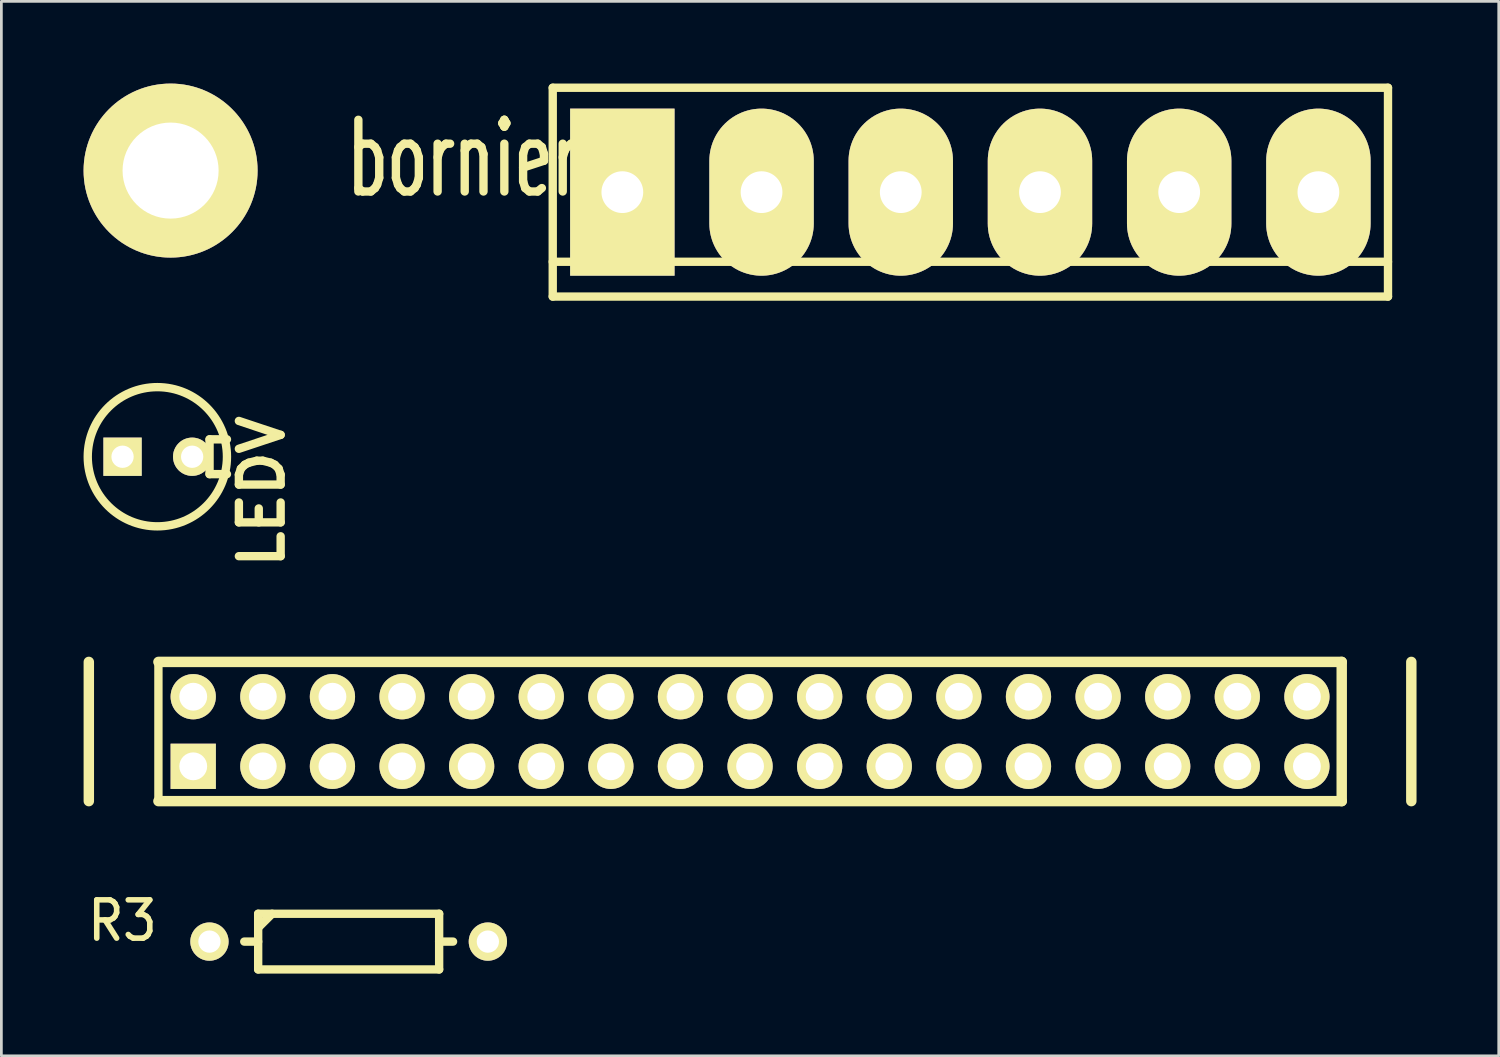
<source format=kicad_pcb>
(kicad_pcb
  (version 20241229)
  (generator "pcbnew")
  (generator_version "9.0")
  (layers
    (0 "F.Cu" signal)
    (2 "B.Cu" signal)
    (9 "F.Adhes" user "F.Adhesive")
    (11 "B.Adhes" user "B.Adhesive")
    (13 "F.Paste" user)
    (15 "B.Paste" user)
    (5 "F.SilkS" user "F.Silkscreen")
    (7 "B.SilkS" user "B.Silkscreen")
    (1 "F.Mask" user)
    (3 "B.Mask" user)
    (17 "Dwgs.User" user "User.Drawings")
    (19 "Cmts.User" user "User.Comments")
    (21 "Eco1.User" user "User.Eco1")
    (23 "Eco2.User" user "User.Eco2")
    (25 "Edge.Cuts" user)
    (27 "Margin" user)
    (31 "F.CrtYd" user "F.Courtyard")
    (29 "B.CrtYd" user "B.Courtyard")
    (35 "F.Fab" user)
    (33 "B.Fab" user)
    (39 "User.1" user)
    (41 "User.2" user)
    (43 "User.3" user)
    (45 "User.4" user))
  (footprint "LEDV"
    (layer "F.Cu")
    (at 2.692 13.617)
    (property "Reference" "LEDV" (at 3.81 1.27 270) (layer "F.SilkS") (effects (font (size 1.524 1.524) (thickness 0.305))))
    (fp_line (start 1.905 -0.635) (end 1.905 0.635) (stroke (width 0.305) (type solid)) (layer "F.SilkS"))
    (fp_line (start 1.905 0.635) (end 2.54 0.635) (stroke (width 0.305) (type solid)) (layer "F.SilkS"))
    (fp_line (start 2.54 -0.635) (end 1.905 -0.635) (stroke (width 0.305) (type solid)) (layer "F.SilkS"))
    (fp_circle (center 0 0) (end -2.54 0) (stroke (width 0.305) (type solid)) (fill no) (layer "F.SilkS"))
    (pad "1" thru_hole rect (at -1.27 0) (size 1.397 1.397) (drill 0.813) (layers "*.Cu" "*.Mask" "F.SilkS"))
    (pad "2" thru_hole circle (at 1.27 0) (size 1.397 1.397) (drill 0.813) (layers "*.Cu" "*.Mask" "F.SilkS")))
  (footprint "PIN_ARRAY_2X2"
    (layer "F.Cu")
    (at 5.271 23.644)
    (property "Reference" "PIN_ARRAY_2X2" (at 0 2.54 0) (layer "F.SilkS") (effects (font (size 0.127 0.127) (thickness 0.025))))
    (fp_line (start -5.08 -2.54) (end -5.08 2.54) (stroke (width 0.381) (type solid)) (layer "F.SilkS"))
    (fp_line (start -2.54 -2.54) (end 40.64 -2.54) (stroke (width 0.381) (type solid)) (layer "F.SilkS"))
    (fp_line (start -2.54 2.54) (end -2.54 -2.54) (stroke (width 0.305) (type solid)) (layer "F.SilkS"))
    (fp_line (start 40.64 -2.54) (end 40.64 2.54) (stroke (width 0.381) (type solid)) (layer "F.SilkS"))
    (fp_line (start 40.64 2.54) (end -2.54 2.54) (stroke (width 0.381) (type solid)) (layer "F.SilkS"))
    (fp_line (start 43.18 -2.54) (end 43.18 2.54) (stroke (width 0.381) (type solid)) (layer "F.SilkS"))
    (pad "1" thru_hole rect (at -1.27 1.27) (size 1.651 1.651) (drill 1.016) (layers "*.Cu" "*.Mask" "F.SilkS"))
    (pad "2" thru_hole circle (at -1.27 -1.27) (size 1.651 1.651) (drill 1.016) (layers "*.Cu" "*.Mask" "F.SilkS"))
    (pad "3" thru_hole circle (at 1.27 1.27) (size 1.651 1.651) (drill 1.016) (layers "*.Cu" "*.Mask" "F.SilkS"))
    (pad "3" thru_hole circle (at 6.35 1.27) (size 1.651 1.651) (drill 1.016) (layers "*.Cu" "*.Mask" "F.SilkS"))
    (pad "3" thru_hole circle (at 8.89 1.27) (size 1.651 1.651) (drill 1.016) (layers "*.Cu" "*.Mask" "F.SilkS"))
    (pad "3" thru_hole circle (at 11.43 1.27) (size 1.651 1.651) (drill 1.016) (layers "*.Cu" "*.Mask" "F.SilkS"))
    (pad "3" thru_hole circle (at 13.97 1.27) (size 1.651 1.651) (drill 1.016) (layers "*.Cu" "*.Mask" "F.SilkS"))
    (pad "3" thru_hole circle (at 16.51 1.27) (size 1.651 1.651) (drill 1.016) (layers "*.Cu" "*.Mask" "F.SilkS"))
    (pad "3" thru_hole circle (at 19.05 1.27) (size 1.651 1.651) (drill 1.016) (layers "*.Cu" "*.Mask" "F.SilkS"))
    (pad "3" thru_hole circle (at 21.59 1.27) (size 1.651 1.651) (drill 1.016) (layers "*.Cu" "*.Mask" "F.SilkS"))
    (pad "3" thru_hole circle (at 24.13 1.27) (size 1.651 1.651) (drill 1.016) (layers "*.Cu" "*.Mask" "F.SilkS"))
    (pad "3" thru_hole circle (at 26.67 1.27) (size 1.651 1.651) (drill 1.016) (layers "*.Cu" "*.Mask" "F.SilkS"))
    (pad "3" thru_hole circle (at 29.21 1.27) (size 1.651 1.651) (drill 1.016) (layers "*.Cu" "*.Mask" "F.SilkS"))
    (pad "3" thru_hole circle (at 31.75 1.27) (size 1.651 1.651) (drill 1.016) (layers "*.Cu" "*.Mask" "F.SilkS"))
    (pad "3" thru_hole circle (at 34.29 1.27) (size 1.651 1.651) (drill 1.016) (layers "*.Cu" "*.Mask" "F.SilkS"))
    (pad "3" thru_hole circle (at 36.83 1.27) (size 1.651 1.651) (drill 1.016) (layers "*.Cu" "*.Mask" "F.SilkS"))
    (pad "3" thru_hole circle (at 39.37 1.27) (size 1.651 1.651) (drill 1.016) (layers "*.Cu" "*.Mask" "F.SilkS"))
    (pad "4" thru_hole circle (at 1.27 -1.27) (size 1.651 1.651) (drill 1.016) (layers "*.Cu" "*.Mask" "F.SilkS"))
    (pad "4" thru_hole circle (at 6.35 -1.27) (size 1.651 1.651) (drill 1.016) (layers "*.Cu" "*.Mask" "F.SilkS"))
    (pad "4" thru_hole circle (at 8.89 -1.27) (size 1.651 1.651) (drill 1.016) (layers "*.Cu" "*.Mask" "F.SilkS"))
    (pad "4" thru_hole circle (at 11.43 -1.27) (size 1.651 1.651) (drill 1.016) (layers "*.Cu" "*.Mask" "F.SilkS"))
    (pad "4" thru_hole circle (at 13.97 -1.27) (size 1.651 1.651) (drill 1.016) (layers "*.Cu" "*.Mask" "F.SilkS"))
    (pad "4" thru_hole circle (at 16.51 -1.27) (size 1.651 1.651) (drill 1.016) (layers "*.Cu" "*.Mask" "F.SilkS"))
    (pad "4" thru_hole circle (at 19.05 -1.27) (size 1.651 1.651) (drill 1.016) (layers "*.Cu" "*.Mask" "F.SilkS"))
    (pad "4" thru_hole circle (at 21.59 -1.27) (size 1.651 1.651) (drill 1.016) (layers "*.Cu" "*.Mask" "F.SilkS"))
    (pad "4" thru_hole circle (at 24.13 -1.27) (size 1.651 1.651) (drill 1.016) (layers "*.Cu" "*.Mask" "F.SilkS"))
    (pad "4" thru_hole circle (at 26.67 -1.27) (size 1.651 1.651) (drill 1.016) (layers "*.Cu" "*.Mask" "F.SilkS"))
    (pad "4" thru_hole circle (at 29.21 -1.27) (size 1.651 1.651) (drill 1.016) (layers "*.Cu" "*.Mask" "F.SilkS"))
    (pad "4" thru_hole circle (at 31.75 -1.27) (size 1.651 1.651) (drill 1.016) (layers "*.Cu" "*.Mask" "F.SilkS"))
    (pad "4" thru_hole circle (at 34.29 -1.27) (size 1.651 1.651) (drill 1.016) (layers "*.Cu" "*.Mask" "F.SilkS"))
    (pad "4" thru_hole circle (at 36.83 -1.27) (size 1.651 1.651) (drill 1.016) (layers "*.Cu" "*.Mask" "F.SilkS"))
    (pad "4" thru_hole circle (at 39.37 -1.27) (size 1.651 1.651) (drill 1.016) (layers "*.Cu" "*.Mask" "F.SilkS"))
    (pad "5" thru_hole circle (at 3.81 1.27) (size 1.651 1.651) (drill 1.016) (layers "*.Cu" "*.Mask" "F.SilkS"))
    (pad "6" thru_hole circle (at 3.81 -1.27) (size 1.651 1.651) (drill 1.016) (layers "*.Cu" "*.Mask" "F.SilkS")))
  (footprint "R3"
    (layer "F.Cu")
    (at 9.673 31.31)
    (property "Reference" "R3" (at -8.255 -0.762 0) (layer "F.SilkS") (effects (font (size 1.397 1.27) (thickness 0.203))))
    (fp_line (start -3.81 0) (end -3.302 0) (stroke (width 0.305) (type solid)) (layer "F.SilkS"))
    (fp_line (start -3.302 -1.016) (end -3.302 1.016) (stroke (width 0.305) (type solid)) (layer "F.SilkS"))
    (fp_line (start -3.302 -0.508) (end -2.794 -1.016) (stroke (width 0.305) (type solid)) (layer "F.SilkS"))
    (fp_line (start -3.302 1.016) (end 3.302 1.016) (stroke (width 0.305) (type solid)) (layer "F.SilkS"))
    (fp_line (start 3.302 -1.016) (end -3.302 -1.016) (stroke (width 0.305) (type solid)) (layer "F.SilkS"))
    (fp_line (start 3.302 0) (end 3.302 -1.016) (stroke (width 0.305) (type solid)) (layer "F.SilkS"))
    (fp_line (start 3.302 1.016) (end 3.302 0) (stroke (width 0.305) (type solid)) (layer "F.SilkS"))
    (fp_line (start 3.81 0) (end 3.302 0) (stroke (width 0.305) (type solid)) (layer "F.SilkS"))
    (pad "1" thru_hole circle (at -5.08 0) (size 1.397 1.397) (drill 0.813) (layers "*.Cu" "*.Mask" "F.SilkS"))
    (pad "2" thru_hole circle (at 5.08 0) (size 1.397 1.397) (drill 0.813) (layers "*.Cu" "*.Mask" "F.SilkS")))
  (footprint "1pin"
    (layer "F.Cu")
    (at 3.175 3.175)
    (property "Reference" "1pin" (at 0 -3.048 0) (layer "F.SilkS") (effects (font (size 0.127 0.127) (thickness 0.025))))
    (pad "1" thru_hole circle (at 0 0) (size 6.35 6.35) (drill 3.505) (layers "*.Cu" "*.Mask" "F.SilkS")))
  (footprint "bornier6"
    (layer "F.Cu")
    (at 32.36 3.962)
    (property "Reference" "bornier6" (at -17.729 -1.219 0) (layer "F.SilkS") (effects (font (size 2.616 1.598) (thickness 0.305))))
    (fp_line (start -15.24 -3.81) (end -15.24 3.81) (stroke (width 0.305) (type solid)) (layer "F.SilkS"))
    (fp_line (start -15.24 -3.81) (end 15.24 -3.81) (stroke (width 0.305) (type solid)) (layer "F.SilkS"))
    (fp_line (start -15.24 2.54) (end 15.24 2.54) (stroke (width 0.305) (type solid)) (layer "F.SilkS"))
    (fp_line (start -15.24 3.81) (end 15.24 3.81) (stroke (width 0.305) (type solid)) (layer "F.SilkS"))
    (fp_line (start 15.24 3.81) (end 15.24 -3.81) (stroke (width 0.305) (type solid)) (layer "F.SilkS"))
    (pad "1" thru_hole rect (at -12.7 0) (size 3.81 6.096) (drill 1.524) (layers "*.Cu" "*.Mask" "F.SilkS"))
    (pad "2" thru_hole oval (at -7.62 0) (size 3.81 6.096) (drill 1.524) (layers "*.Cu" "*.Mask" "F.SilkS"))
    (pad "3" thru_hole oval (at -2.54 0) (size 3.81 6.096) (drill 1.524) (layers "*.Cu" "*.Mask" "F.SilkS"))
    (pad "4" thru_hole oval (at 2.54 0) (size 3.81 6.096) (drill 1.524) (layers "*.Cu" "*.Mask" "F.SilkS"))
    (pad "5" thru_hole oval (at 7.62 0) (size 3.81 6.096) (drill 1.524) (layers "*.Cu" "*.Mask" "F.SilkS"))
    (pad "6" thru_hole oval (at 12.7 0) (size 3.81 6.096) (drill 1.524) (layers "*.Cu" "*.Mask" "F.SilkS")))
  (gr_rect
    (start -3 -3)
    (end 51.641 35.479)
    (stroke (width 0.1) (type default))
    (fill no)
    (layer "Edge.Cuts")))
</source>
